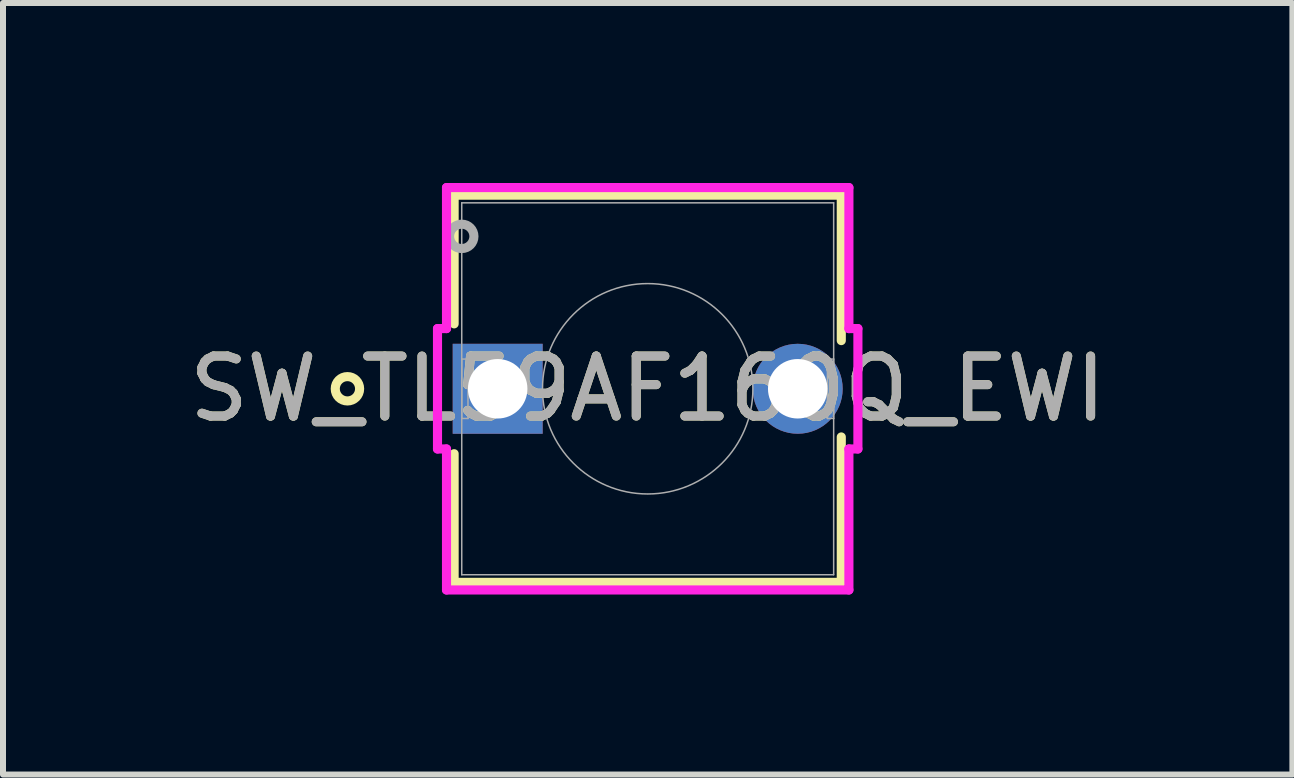
<source format=kicad_pcb>
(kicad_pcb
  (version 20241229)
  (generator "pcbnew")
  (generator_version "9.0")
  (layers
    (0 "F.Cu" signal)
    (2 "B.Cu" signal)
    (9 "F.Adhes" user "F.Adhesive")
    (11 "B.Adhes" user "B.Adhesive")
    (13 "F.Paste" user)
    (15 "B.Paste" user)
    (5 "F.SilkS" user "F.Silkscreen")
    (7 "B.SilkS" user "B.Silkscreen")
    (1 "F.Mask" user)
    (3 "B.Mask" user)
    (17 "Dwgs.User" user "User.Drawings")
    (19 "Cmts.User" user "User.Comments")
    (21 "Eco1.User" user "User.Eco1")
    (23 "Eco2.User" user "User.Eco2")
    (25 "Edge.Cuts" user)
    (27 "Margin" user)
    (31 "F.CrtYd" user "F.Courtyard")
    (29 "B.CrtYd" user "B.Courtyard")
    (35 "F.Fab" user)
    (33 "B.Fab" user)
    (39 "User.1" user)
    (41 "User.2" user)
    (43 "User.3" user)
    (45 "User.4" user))
  (footprint "SW_TL59AF160Q_EWI"
    (layer "F.Cu")
    (at 5.244 3.429)
    (property "Reference" "SW_TL59AF160Q_EWI" (at 2.5 0 0) (unlocked yes) (layer "F.SilkS") (effects (font (size 1 1) (thickness 0.15))))
    (attr through_hole)
    (fp_line (start -0.726 -3.226) (end -0.726 -1.082) (stroke (width 0.152) (type solid)) (layer "F.SilkS"))
    (fp_line (start -0.726 1.082) (end -0.726 3.226) (stroke (width 0.152) (type solid)) (layer "F.SilkS"))
    (fp_line (start -0.726 3.226) (end 5.726 3.226) (stroke (width 0.152) (type solid)) (layer "F.SilkS"))
    (fp_line (start 5.726 -3.226) (end -0.726 -3.226) (stroke (width 0.152) (type solid)) (layer "F.SilkS"))
    (fp_line (start 5.726 -0.803) (end 5.726 -3.226) (stroke (width 0.152) (type solid)) (layer "F.SilkS"))
    (fp_line (start 5.726 3.226) (end 5.726 0.803) (stroke (width 0.152) (type solid)) (layer "F.SilkS"))
    (fp_circle (center -2.504 0) (end -2.301 0) (stroke (width 0.152) (type solid)) (fill no) (layer "F.SilkS"))
    (fp_line (start -1.003 -1.003) (end -0.853 -1.003) (stroke (width 0.152) (type solid)) (layer "F.CrtYd"))
    (fp_line (start -1.003 1.003) (end -1.003 -1.003) (stroke (width 0.152) (type solid)) (layer "F.CrtYd"))
    (fp_line (start -1.003 1.003) (end -0.853 1.003) (stroke (width 0.152) (type solid)) (layer "F.CrtYd"))
    (fp_line (start -0.853 -3.353) (end 5.853 -3.353) (stroke (width 0.152) (type solid)) (layer "F.CrtYd"))
    (fp_line (start -0.853 -1.003) (end -0.853 -3.353) (stroke (width 0.152) (type solid)) (layer "F.CrtYd"))
    (fp_line (start -0.853 3.353) (end -0.853 1.003) (stroke (width 0.152) (type solid)) (layer "F.CrtYd"))
    (fp_line (start 5.853 -3.353) (end 5.853 -1.003) (stroke (width 0.152) (type solid)) (layer "F.CrtYd"))
    (fp_line (start 5.853 1.003) (end 5.853 3.353) (stroke (width 0.152) (type solid)) (layer "F.CrtYd"))
    (fp_line (start 5.853 3.353) (end -0.853 3.353) (stroke (width 0.152) (type solid)) (layer "F.CrtYd"))
    (fp_line (start 6.003 -1.003) (end 5.853 -1.003) (stroke (width 0.152) (type solid)) (layer "F.CrtYd"))
    (fp_line (start 6.003 -1.003) (end 6.003 1.003) (stroke (width 0.152) (type solid)) (layer "F.CrtYd"))
    (fp_line (start 6.003 1.003) (end 5.853 1.003) (stroke (width 0.152) (type solid)) (layer "F.CrtYd"))
    (fp_line (start -0.599 -3.099) (end -0.599 3.099) (stroke (width 0.025) (type solid)) (layer "F.Fab"))
    (fp_line (start -0.599 -0.495) (end -0.495 -0.495) (stroke (width 0.025) (type solid)) (layer "F.Fab"))
    (fp_line (start -0.599 0.495) (end -0.599 -0.495) (stroke (width 0.025) (type solid)) (layer "F.Fab"))
    (fp_line (start -0.599 3.099) (end 5.599 3.099) (stroke (width 0.025) (type solid)) (layer "F.Fab"))
    (fp_line (start -0.495 -0.495) (end -0.495 0.495) (stroke (width 0.025) (type solid)) (layer "F.Fab"))
    (fp_line (start -0.495 0.495) (end -0.599 0.495) (stroke (width 0.025) (type solid)) (layer "F.Fab"))
    (fp_line (start 5.495 -0.495) (end 5.599 -0.495) (stroke (width 0.025) (type solid)) (layer "F.Fab"))
    (fp_line (start 5.495 0.495) (end 5.495 -0.495) (stroke (width 0.025) (type solid)) (layer "F.Fab"))
    (fp_line (start 5.599 -3.099) (end -0.599 -3.099) (stroke (width 0.025) (type solid)) (layer "F.Fab"))
    (fp_line (start 5.599 -0.495) (end 5.599 0.495) (stroke (width 0.025) (type solid)) (layer "F.Fab"))
    (fp_line (start 5.599 0.495) (end 5.495 0.495) (stroke (width 0.025) (type solid)) (layer "F.Fab"))
    (fp_line (start 5.599 3.099) (end 5.599 -3.099) (stroke (width 0.025) (type solid)) (layer "F.Fab"))
    (fp_circle (center -0.599 -2.54) (end -0.396 -2.54) (stroke (width 0.152) (type solid)) (fill no) (layer "F.Fab"))
    (fp_circle (center 2.5 0) (end 4.253 0) (stroke (width 0.025) (type solid)) (fill no) (layer "F.Fab"))
    (fp_text user "${REFERENCE}" (at 2.5 0 0) (unlocked yes) (layer "F.Fab") (effects (font (size 1 1) (thickness 0.15))))
    (pad "1" thru_hole rect (at 0 0) (size 1.499 1.499) (drill 0.991) (layers "*.Cu" "*.Mask"))
    (pad "2" thru_hole circle (at 5 0) (size 1.499 1.499) (drill 0.991) (layers "*.Cu" "*.Mask")))
  (gr_rect
    (start -3 -3)
    (end 18.488 9.858)
    (stroke (width 0.1) (type default))
    (fill no)
    (layer "Edge.Cuts")))
</source>
